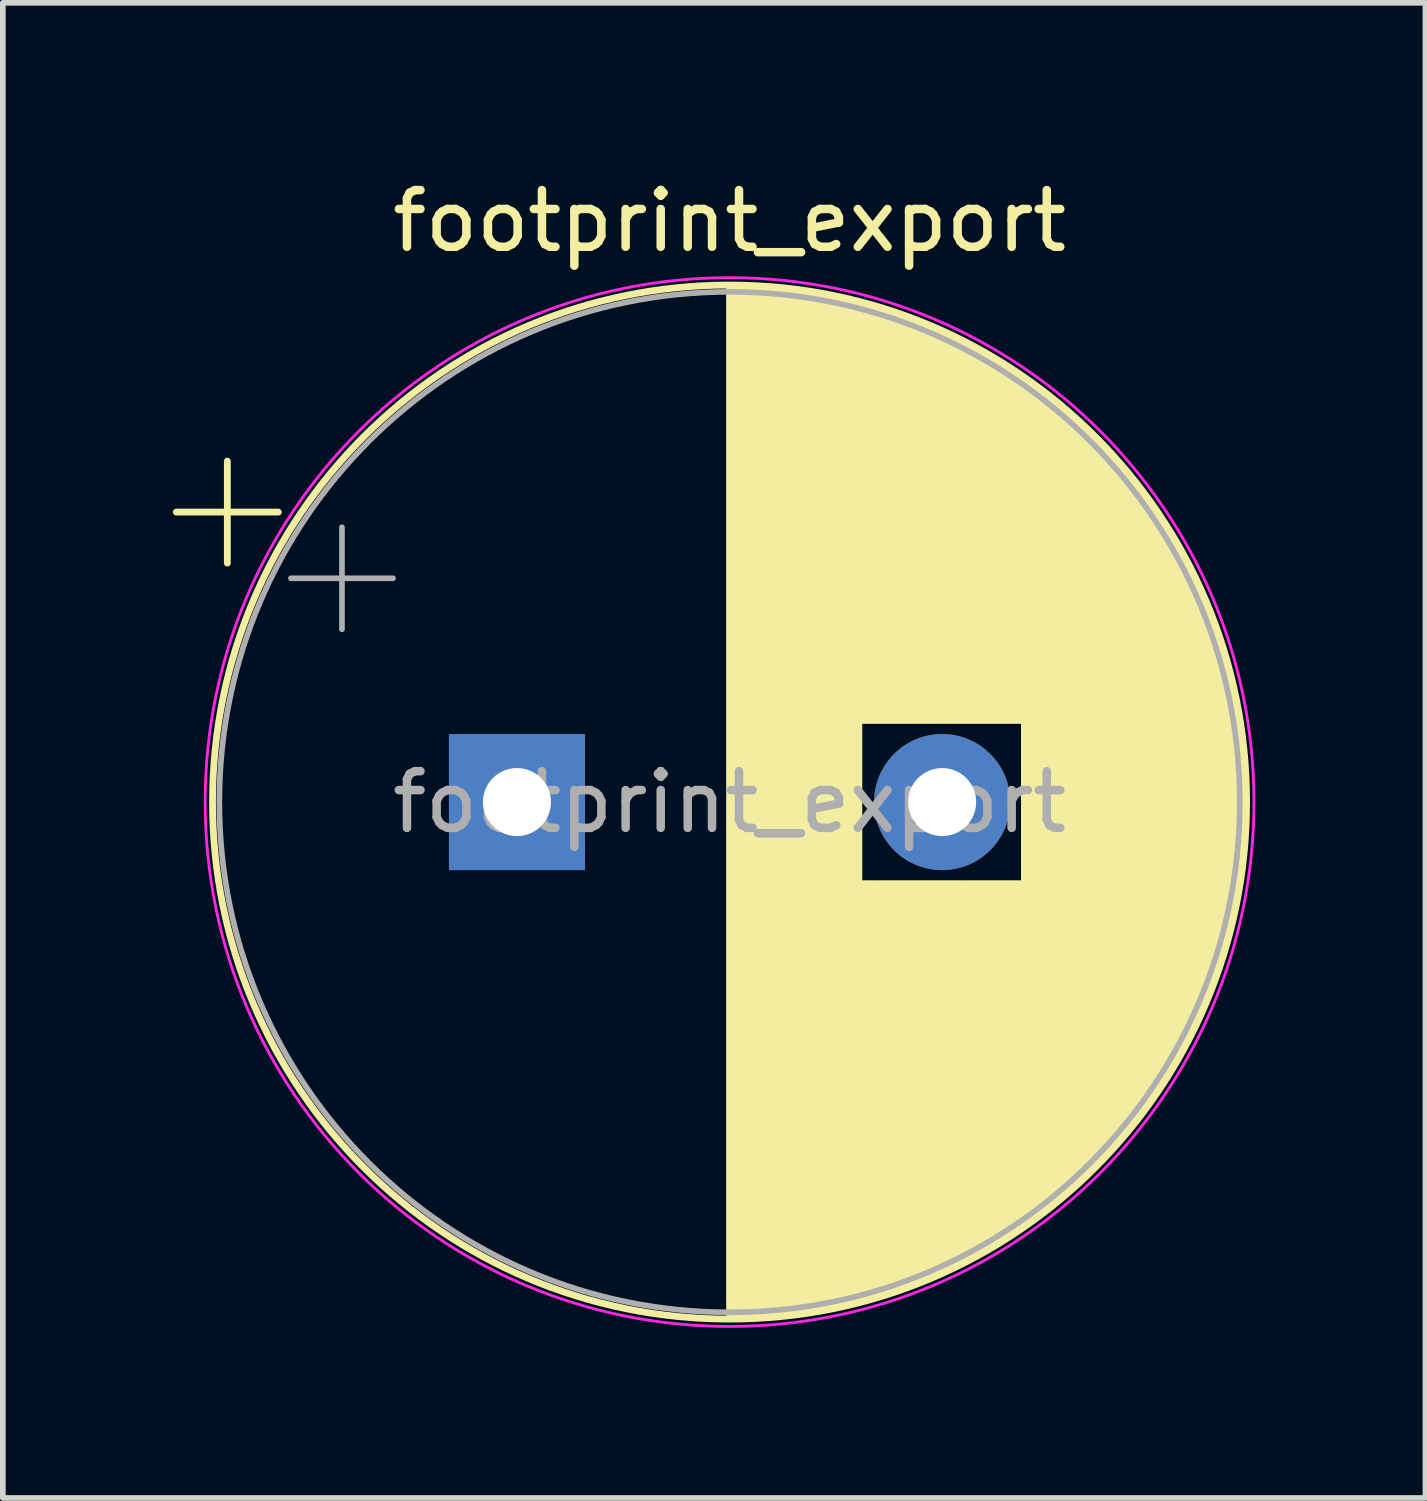
<source format=kicad_pcb>
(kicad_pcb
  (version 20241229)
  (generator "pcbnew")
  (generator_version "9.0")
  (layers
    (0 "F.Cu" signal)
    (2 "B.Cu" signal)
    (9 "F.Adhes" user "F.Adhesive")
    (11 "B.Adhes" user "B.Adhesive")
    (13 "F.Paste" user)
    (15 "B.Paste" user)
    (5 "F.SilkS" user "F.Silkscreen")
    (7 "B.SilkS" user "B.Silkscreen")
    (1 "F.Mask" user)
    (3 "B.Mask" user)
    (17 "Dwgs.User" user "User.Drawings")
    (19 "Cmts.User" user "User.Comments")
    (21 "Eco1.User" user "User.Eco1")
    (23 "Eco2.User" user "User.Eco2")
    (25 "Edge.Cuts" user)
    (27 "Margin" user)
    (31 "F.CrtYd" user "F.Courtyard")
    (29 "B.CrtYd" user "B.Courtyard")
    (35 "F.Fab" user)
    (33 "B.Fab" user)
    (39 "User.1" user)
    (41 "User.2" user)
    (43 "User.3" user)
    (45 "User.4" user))
  (footprint "footprint_export"
    (layer "F.Cu")
    (at 6.069 11.098)
    (property "Reference" "footprint_export" (at 3.75 -10.25 0) (layer "F.SilkS") (effects (font (size 1 1) (thickness 0.15))))
    (attr through_hole)
    (fp_line (start -6.009 -5.115) (end -4.209 -5.115) (stroke (width 0.12) (type solid)) (layer "F.SilkS"))
    (fp_line (start -5.109 -6.015) (end -5.109 -4.215) (stroke (width 0.12) (type solid)) (layer "F.SilkS"))
    (fp_line (start 3.75 -9.081) (end 3.75 9.081) (stroke (width 0.12) (type solid)) (layer "F.SilkS"))
    (fp_line (start 3.79 -9.08) (end 3.79 9.08) (stroke (width 0.12) (type solid)) (layer "F.SilkS"))
    (fp_line (start 3.83 -9.08) (end 3.83 9.08) (stroke (width 0.12) (type solid)) (layer "F.SilkS"))
    (fp_line (start 3.87 -9.08) (end 3.87 9.08) (stroke (width 0.12) (type solid)) (layer "F.SilkS"))
    (fp_line (start 3.91 -9.079) (end 3.91 9.079) (stroke (width 0.12) (type solid)) (layer "F.SilkS"))
    (fp_line (start 3.95 -9.078) (end 3.95 9.078) (stroke (width 0.12) (type solid)) (layer "F.SilkS"))
    (fp_line (start 3.99 -9.077) (end 3.99 9.077) (stroke (width 0.12) (type solid)) (layer "F.SilkS"))
    (fp_line (start 4.03 -9.076) (end 4.03 9.076) (stroke (width 0.12) (type solid)) (layer "F.SilkS"))
    (fp_line (start 4.07 -9.075) (end 4.07 9.075) (stroke (width 0.12) (type solid)) (layer "F.SilkS"))
    (fp_line (start 4.11 -9.073) (end 4.11 9.073) (stroke (width 0.12) (type solid)) (layer "F.SilkS"))
    (fp_line (start 4.15 -9.072) (end 4.15 9.072) (stroke (width 0.12) (type solid)) (layer "F.SilkS"))
    (fp_line (start 4.19 -9.07) (end 4.19 9.07) (stroke (width 0.12) (type solid)) (layer "F.SilkS"))
    (fp_line (start 4.23 -9.068) (end 4.23 9.068) (stroke (width 0.12) (type solid)) (layer "F.SilkS"))
    (fp_line (start 4.27 -9.066) (end 4.27 9.066) (stroke (width 0.12) (type solid)) (layer "F.SilkS"))
    (fp_line (start 4.31 -9.063) (end 4.31 9.063) (stroke (width 0.12) (type solid)) (layer "F.SilkS"))
    (fp_line (start 4.35 -9.061) (end 4.35 9.061) (stroke (width 0.12) (type solid)) (layer "F.SilkS"))
    (fp_line (start 4.39 -9.058) (end 4.39 9.058) (stroke (width 0.12) (type solid)) (layer "F.SilkS"))
    (fp_line (start 4.43 -9.055) (end 4.43 9.055) (stroke (width 0.12) (type solid)) (layer "F.SilkS"))
    (fp_line (start 4.471 -9.052) (end 4.471 9.052) (stroke (width 0.12) (type solid)) (layer "F.SilkS"))
    (fp_line (start 4.511 -9.049) (end 4.511 9.049) (stroke (width 0.12) (type solid)) (layer "F.SilkS"))
    (fp_line (start 4.551 -9.045) (end 4.551 9.045) (stroke (width 0.12) (type solid)) (layer "F.SilkS"))
    (fp_line (start 4.591 -9.042) (end 4.591 9.042) (stroke (width 0.12) (type solid)) (layer "F.SilkS"))
    (fp_line (start 4.631 -9.038) (end 4.631 9.038) (stroke (width 0.12) (type solid)) (layer "F.SilkS"))
    (fp_line (start 4.671 -9.034) (end 4.671 9.034) (stroke (width 0.12) (type solid)) (layer "F.SilkS"))
    (fp_line (start 4.711 -9.03) (end 4.711 9.03) (stroke (width 0.12) (type solid)) (layer "F.SilkS"))
    (fp_line (start 4.751 -9.026) (end 4.751 9.026) (stroke (width 0.12) (type solid)) (layer "F.SilkS"))
    (fp_line (start 4.791 -9.021) (end 4.791 9.021) (stroke (width 0.12) (type solid)) (layer "F.SilkS"))
    (fp_line (start 4.831 -9.016) (end 4.831 9.016) (stroke (width 0.12) (type solid)) (layer "F.SilkS"))
    (fp_line (start 4.871 -9.011) (end 4.871 9.011) (stroke (width 0.12) (type solid)) (layer "F.SilkS"))
    (fp_line (start 4.911 -9.006) (end 4.911 9.006) (stroke (width 0.12) (type solid)) (layer "F.SilkS"))
    (fp_line (start 4.951 -9.001) (end 4.951 9.001) (stroke (width 0.12) (type solid)) (layer "F.SilkS"))
    (fp_line (start 4.991 -8.996) (end 4.991 8.996) (stroke (width 0.12) (type solid)) (layer "F.SilkS"))
    (fp_line (start 5.031 -8.99) (end 5.031 8.99) (stroke (width 0.12) (type solid)) (layer "F.SilkS"))
    (fp_line (start 5.071 -8.984) (end 5.071 8.984) (stroke (width 0.12) (type solid)) (layer "F.SilkS"))
    (fp_line (start 5.111 -8.979) (end 5.111 8.979) (stroke (width 0.12) (type solid)) (layer "F.SilkS"))
    (fp_line (start 5.151 -8.972) (end 5.151 8.972) (stroke (width 0.12) (type solid)) (layer "F.SilkS"))
    (fp_line (start 5.191 -8.966) (end 5.191 8.966) (stroke (width 0.12) (type solid)) (layer "F.SilkS"))
    (fp_line (start 5.231 -8.96) (end 5.231 8.96) (stroke (width 0.12) (type solid)) (layer "F.SilkS"))
    (fp_line (start 5.271 -8.953) (end 5.271 8.953) (stroke (width 0.12) (type solid)) (layer "F.SilkS"))
    (fp_line (start 5.311 -8.946) (end 5.311 8.946) (stroke (width 0.12) (type solid)) (layer "F.SilkS"))
    (fp_line (start 5.351 -8.939) (end 5.351 8.939) (stroke (width 0.12) (type solid)) (layer "F.SilkS"))
    (fp_line (start 5.391 -8.932) (end 5.391 8.932) (stroke (width 0.12) (type solid)) (layer "F.SilkS"))
    (fp_line (start 5.431 -8.924) (end 5.431 8.924) (stroke (width 0.12) (type solid)) (layer "F.SilkS"))
    (fp_line (start 5.471 -8.917) (end 5.471 8.917) (stroke (width 0.12) (type solid)) (layer "F.SilkS"))
    (fp_line (start 5.511 -8.909) (end 5.511 8.909) (stroke (width 0.12) (type solid)) (layer "F.SilkS"))
    (fp_line (start 5.551 -8.901) (end 5.551 8.901) (stroke (width 0.12) (type solid)) (layer "F.SilkS"))
    (fp_line (start 5.591 -8.893) (end 5.591 8.893) (stroke (width 0.12) (type solid)) (layer "F.SilkS"))
    (fp_line (start 5.631 -8.885) (end 5.631 8.885) (stroke (width 0.12) (type solid)) (layer "F.SilkS"))
    (fp_line (start 5.671 -8.876) (end 5.671 8.876) (stroke (width 0.12) (type solid)) (layer "F.SilkS"))
    (fp_line (start 5.711 -8.867) (end 5.711 8.867) (stroke (width 0.12) (type solid)) (layer "F.SilkS"))
    (fp_line (start 5.751 -8.858) (end 5.751 8.858) (stroke (width 0.12) (type solid)) (layer "F.SilkS"))
    (fp_line (start 5.791 -8.849) (end 5.791 8.849) (stroke (width 0.12) (type solid)) (layer "F.SilkS"))
    (fp_line (start 5.831 -8.84) (end 5.831 8.84) (stroke (width 0.12) (type solid)) (layer "F.SilkS"))
    (fp_line (start 5.871 -8.831) (end 5.871 8.831) (stroke (width 0.12) (type solid)) (layer "F.SilkS"))
    (fp_line (start 5.911 -8.821) (end 5.911 8.821) (stroke (width 0.12) (type solid)) (layer "F.SilkS"))
    (fp_line (start 5.951 -8.811) (end 5.951 8.811) (stroke (width 0.12) (type solid)) (layer "F.SilkS"))
    (fp_line (start 5.991 -8.801) (end 5.991 8.801) (stroke (width 0.12) (type solid)) (layer "F.SilkS"))
    (fp_line (start 6.031 -8.791) (end 6.031 8.791) (stroke (width 0.12) (type solid)) (layer "F.SilkS"))
    (fp_line (start 6.071 -8.78) (end 6.071 -1.44) (stroke (width 0.12) (type solid)) (layer "F.SilkS"))
    (fp_line (start 6.071 1.44) (end 6.071 8.78) (stroke (width 0.12) (type solid)) (layer "F.SilkS"))
    (fp_line (start 6.111 -8.77) (end 6.111 -1.44) (stroke (width 0.12) (type solid)) (layer "F.SilkS"))
    (fp_line (start 6.111 1.44) (end 6.111 8.77) (stroke (width 0.12) (type solid)) (layer "F.SilkS"))
    (fp_line (start 6.151 -8.759) (end 6.151 -1.44) (stroke (width 0.12) (type solid)) (layer "F.SilkS"))
    (fp_line (start 6.151 1.44) (end 6.151 8.759) (stroke (width 0.12) (type solid)) (layer "F.SilkS"))
    (fp_line (start 6.191 -8.748) (end 6.191 -1.44) (stroke (width 0.12) (type solid)) (layer "F.SilkS"))
    (fp_line (start 6.191 1.44) (end 6.191 8.748) (stroke (width 0.12) (type solid)) (layer "F.SilkS"))
    (fp_line (start 6.231 -8.737) (end 6.231 -1.44) (stroke (width 0.12) (type solid)) (layer "F.SilkS"))
    (fp_line (start 6.231 1.44) (end 6.231 8.737) (stroke (width 0.12) (type solid)) (layer "F.SilkS"))
    (fp_line (start 6.271 -8.725) (end 6.271 -1.44) (stroke (width 0.12) (type solid)) (layer "F.SilkS"))
    (fp_line (start 6.271 1.44) (end 6.271 8.725) (stroke (width 0.12) (type solid)) (layer "F.SilkS"))
    (fp_line (start 6.311 -8.714) (end 6.311 -1.44) (stroke (width 0.12) (type solid)) (layer "F.SilkS"))
    (fp_line (start 6.311 1.44) (end 6.311 8.714) (stroke (width 0.12) (type solid)) (layer "F.SilkS"))
    (fp_line (start 6.351 -8.702) (end 6.351 -1.44) (stroke (width 0.12) (type solid)) (layer "F.SilkS"))
    (fp_line (start 6.351 1.44) (end 6.351 8.702) (stroke (width 0.12) (type solid)) (layer "F.SilkS"))
    (fp_line (start 6.391 -8.69) (end 6.391 -1.44) (stroke (width 0.12) (type solid)) (layer "F.SilkS"))
    (fp_line (start 6.391 1.44) (end 6.391 8.69) (stroke (width 0.12) (type solid)) (layer "F.SilkS"))
    (fp_line (start 6.431 -8.678) (end 6.431 -1.44) (stroke (width 0.12) (type solid)) (layer "F.SilkS"))
    (fp_line (start 6.431 1.44) (end 6.431 8.678) (stroke (width 0.12) (type solid)) (layer "F.SilkS"))
    (fp_line (start 6.471 -8.665) (end 6.471 -1.44) (stroke (width 0.12) (type solid)) (layer "F.SilkS"))
    (fp_line (start 6.471 1.44) (end 6.471 8.665) (stroke (width 0.12) (type solid)) (layer "F.SilkS"))
    (fp_line (start 6.511 -8.653) (end 6.511 -1.44) (stroke (width 0.12) (type solid)) (layer "F.SilkS"))
    (fp_line (start 6.511 1.44) (end 6.511 8.653) (stroke (width 0.12) (type solid)) (layer "F.SilkS"))
    (fp_line (start 6.551 -8.64) (end 6.551 -1.44) (stroke (width 0.12) (type solid)) (layer "F.SilkS"))
    (fp_line (start 6.551 1.44) (end 6.551 8.64) (stroke (width 0.12) (type solid)) (layer "F.SilkS"))
    (fp_line (start 6.591 -8.627) (end 6.591 -1.44) (stroke (width 0.12) (type solid)) (layer "F.SilkS"))
    (fp_line (start 6.591 1.44) (end 6.591 8.627) (stroke (width 0.12) (type solid)) (layer "F.SilkS"))
    (fp_line (start 6.631 -8.614) (end 6.631 -1.44) (stroke (width 0.12) (type solid)) (layer "F.SilkS"))
    (fp_line (start 6.631 1.44) (end 6.631 8.614) (stroke (width 0.12) (type solid)) (layer "F.SilkS"))
    (fp_line (start 6.671 -8.6) (end 6.671 -1.44) (stroke (width 0.12) (type solid)) (layer "F.SilkS"))
    (fp_line (start 6.671 1.44) (end 6.671 8.6) (stroke (width 0.12) (type solid)) (layer "F.SilkS"))
    (fp_line (start 6.711 -8.587) (end 6.711 -1.44) (stroke (width 0.12) (type solid)) (layer "F.SilkS"))
    (fp_line (start 6.711 1.44) (end 6.711 8.587) (stroke (width 0.12) (type solid)) (layer "F.SilkS"))
    (fp_line (start 6.751 -8.573) (end 6.751 -1.44) (stroke (width 0.12) (type solid)) (layer "F.SilkS"))
    (fp_line (start 6.751 1.44) (end 6.751 8.573) (stroke (width 0.12) (type solid)) (layer "F.SilkS"))
    (fp_line (start 6.791 -8.559) (end 6.791 -1.44) (stroke (width 0.12) (type solid)) (layer "F.SilkS"))
    (fp_line (start 6.791 1.44) (end 6.791 8.559) (stroke (width 0.12) (type solid)) (layer "F.SilkS"))
    (fp_line (start 6.831 -8.545) (end 6.831 -1.44) (stroke (width 0.12) (type solid)) (layer "F.SilkS"))
    (fp_line (start 6.831 1.44) (end 6.831 8.545) (stroke (width 0.12) (type solid)) (layer "F.SilkS"))
    (fp_line (start 6.871 -8.53) (end 6.871 -1.44) (stroke (width 0.12) (type solid)) (layer "F.SilkS"))
    (fp_line (start 6.871 1.44) (end 6.871 8.53) (stroke (width 0.12) (type solid)) (layer "F.SilkS"))
    (fp_line (start 6.911 -8.516) (end 6.911 -1.44) (stroke (width 0.12) (type solid)) (layer "F.SilkS"))
    (fp_line (start 6.911 1.44) (end 6.911 8.516) (stroke (width 0.12) (type solid)) (layer "F.SilkS"))
    (fp_line (start 6.951 -8.501) (end 6.951 -1.44) (stroke (width 0.12) (type solid)) (layer "F.SilkS"))
    (fp_line (start 6.951 1.44) (end 6.951 8.501) (stroke (width 0.12) (type solid)) (layer "F.SilkS"))
    (fp_line (start 6.991 -8.486) (end 6.991 -1.44) (stroke (width 0.12) (type solid)) (layer "F.SilkS"))
    (fp_line (start 6.991 1.44) (end 6.991 8.486) (stroke (width 0.12) (type solid)) (layer "F.SilkS"))
    (fp_line (start 7.031 -8.47) (end 7.031 -1.44) (stroke (width 0.12) (type solid)) (layer "F.SilkS"))
    (fp_line (start 7.031 1.44) (end 7.031 8.47) (stroke (width 0.12) (type solid)) (layer "F.SilkS"))
    (fp_line (start 7.071 -8.455) (end 7.071 -1.44) (stroke (width 0.12) (type solid)) (layer "F.SilkS"))
    (fp_line (start 7.071 1.44) (end 7.071 8.455) (stroke (width 0.12) (type solid)) (layer "F.SilkS"))
    (fp_line (start 7.111 -8.439) (end 7.111 -1.44) (stroke (width 0.12) (type solid)) (layer "F.SilkS"))
    (fp_line (start 7.111 1.44) (end 7.111 8.439) (stroke (width 0.12) (type solid)) (layer "F.SilkS"))
    (fp_line (start 7.151 -8.423) (end 7.151 -1.44) (stroke (width 0.12) (type solid)) (layer "F.SilkS"))
    (fp_line (start 7.151 1.44) (end 7.151 8.423) (stroke (width 0.12) (type solid)) (layer "F.SilkS"))
    (fp_line (start 7.191 -8.407) (end 7.191 -1.44) (stroke (width 0.12) (type solid)) (layer "F.SilkS"))
    (fp_line (start 7.191 1.44) (end 7.191 8.407) (stroke (width 0.12) (type solid)) (layer "F.SilkS"))
    (fp_line (start 7.231 -8.39) (end 7.231 -1.44) (stroke (width 0.12) (type solid)) (layer "F.SilkS"))
    (fp_line (start 7.231 1.44) (end 7.231 8.39) (stroke (width 0.12) (type solid)) (layer "F.SilkS"))
    (fp_line (start 7.271 -8.374) (end 7.271 -1.44) (stroke (width 0.12) (type solid)) (layer "F.SilkS"))
    (fp_line (start 7.271 1.44) (end 7.271 8.374) (stroke (width 0.12) (type solid)) (layer "F.SilkS"))
    (fp_line (start 7.311 -8.357) (end 7.311 -1.44) (stroke (width 0.12) (type solid)) (layer "F.SilkS"))
    (fp_line (start 7.311 1.44) (end 7.311 8.357) (stroke (width 0.12) (type solid)) (layer "F.SilkS"))
    (fp_line (start 7.351 -8.34) (end 7.351 -1.44) (stroke (width 0.12) (type solid)) (layer "F.SilkS"))
    (fp_line (start 7.351 1.44) (end 7.351 8.34) (stroke (width 0.12) (type solid)) (layer "F.SilkS"))
    (fp_line (start 7.391 -8.323) (end 7.391 -1.44) (stroke (width 0.12) (type solid)) (layer "F.SilkS"))
    (fp_line (start 7.391 1.44) (end 7.391 8.323) (stroke (width 0.12) (type solid)) (layer "F.SilkS"))
    (fp_line (start 7.431 -8.305) (end 7.431 -1.44) (stroke (width 0.12) (type solid)) (layer "F.SilkS"))
    (fp_line (start 7.431 1.44) (end 7.431 8.305) (stroke (width 0.12) (type solid)) (layer "F.SilkS"))
    (fp_line (start 7.471 -8.287) (end 7.471 -1.44) (stroke (width 0.12) (type solid)) (layer "F.SilkS"))
    (fp_line (start 7.471 1.44) (end 7.471 8.287) (stroke (width 0.12) (type solid)) (layer "F.SilkS"))
    (fp_line (start 7.511 -8.269) (end 7.511 -1.44) (stroke (width 0.12) (type solid)) (layer "F.SilkS"))
    (fp_line (start 7.511 1.44) (end 7.511 8.269) (stroke (width 0.12) (type solid)) (layer "F.SilkS"))
    (fp_line (start 7.551 -8.251) (end 7.551 -1.44) (stroke (width 0.12) (type solid)) (layer "F.SilkS"))
    (fp_line (start 7.551 1.44) (end 7.551 8.251) (stroke (width 0.12) (type solid)) (layer "F.SilkS"))
    (fp_line (start 7.591 -8.233) (end 7.591 -1.44) (stroke (width 0.12) (type solid)) (layer "F.SilkS"))
    (fp_line (start 7.591 1.44) (end 7.591 8.233) (stroke (width 0.12) (type solid)) (layer "F.SilkS"))
    (fp_line (start 7.631 -8.214) (end 7.631 -1.44) (stroke (width 0.12) (type solid)) (layer "F.SilkS"))
    (fp_line (start 7.631 1.44) (end 7.631 8.214) (stroke (width 0.12) (type solid)) (layer "F.SilkS"))
    (fp_line (start 7.671 -8.195) (end 7.671 -1.44) (stroke (width 0.12) (type solid)) (layer "F.SilkS"))
    (fp_line (start 7.671 1.44) (end 7.671 8.195) (stroke (width 0.12) (type solid)) (layer "F.SilkS"))
    (fp_line (start 7.711 -8.176) (end 7.711 -1.44) (stroke (width 0.12) (type solid)) (layer "F.SilkS"))
    (fp_line (start 7.711 1.44) (end 7.711 8.176) (stroke (width 0.12) (type solid)) (layer "F.SilkS"))
    (fp_line (start 7.751 -8.156) (end 7.751 -1.44) (stroke (width 0.12) (type solid)) (layer "F.SilkS"))
    (fp_line (start 7.751 1.44) (end 7.751 8.156) (stroke (width 0.12) (type solid)) (layer "F.SilkS"))
    (fp_line (start 7.791 -8.137) (end 7.791 -1.44) (stroke (width 0.12) (type solid)) (layer "F.SilkS"))
    (fp_line (start 7.791 1.44) (end 7.791 8.137) (stroke (width 0.12) (type solid)) (layer "F.SilkS"))
    (fp_line (start 7.831 -8.117) (end 7.831 -1.44) (stroke (width 0.12) (type solid)) (layer "F.SilkS"))
    (fp_line (start 7.831 1.44) (end 7.831 8.117) (stroke (width 0.12) (type solid)) (layer "F.SilkS"))
    (fp_line (start 7.871 -8.097) (end 7.871 -1.44) (stroke (width 0.12) (type solid)) (layer "F.SilkS"))
    (fp_line (start 7.871 1.44) (end 7.871 8.097) (stroke (width 0.12) (type solid)) (layer "F.SilkS"))
    (fp_line (start 7.911 -8.076) (end 7.911 -1.44) (stroke (width 0.12) (type solid)) (layer "F.SilkS"))
    (fp_line (start 7.911 1.44) (end 7.911 8.076) (stroke (width 0.12) (type solid)) (layer "F.SilkS"))
    (fp_line (start 7.951 -8.056) (end 7.951 -1.44) (stroke (width 0.12) (type solid)) (layer "F.SilkS"))
    (fp_line (start 7.951 1.44) (end 7.951 8.056) (stroke (width 0.12) (type solid)) (layer "F.SilkS"))
    (fp_line (start 7.991 -8.035) (end 7.991 -1.44) (stroke (width 0.12) (type solid)) (layer "F.SilkS"))
    (fp_line (start 7.991 1.44) (end 7.991 8.035) (stroke (width 0.12) (type solid)) (layer "F.SilkS"))
    (fp_line (start 8.031 -8.014) (end 8.031 -1.44) (stroke (width 0.12) (type solid)) (layer "F.SilkS"))
    (fp_line (start 8.031 1.44) (end 8.031 8.014) (stroke (width 0.12) (type solid)) (layer "F.SilkS"))
    (fp_line (start 8.071 -7.992) (end 8.071 -1.44) (stroke (width 0.12) (type solid)) (layer "F.SilkS"))
    (fp_line (start 8.071 1.44) (end 8.071 7.992) (stroke (width 0.12) (type solid)) (layer "F.SilkS"))
    (fp_line (start 8.111 -7.971) (end 8.111 -1.44) (stroke (width 0.12) (type solid)) (layer "F.SilkS"))
    (fp_line (start 8.111 1.44) (end 8.111 7.971) (stroke (width 0.12) (type solid)) (layer "F.SilkS"))
    (fp_line (start 8.151 -7.949) (end 8.151 -1.44) (stroke (width 0.12) (type solid)) (layer "F.SilkS"))
    (fp_line (start 8.151 1.44) (end 8.151 7.949) (stroke (width 0.12) (type solid)) (layer "F.SilkS"))
    (fp_line (start 8.191 -7.927) (end 8.191 -1.44) (stroke (width 0.12) (type solid)) (layer "F.SilkS"))
    (fp_line (start 8.191 1.44) (end 8.191 7.927) (stroke (width 0.12) (type solid)) (layer "F.SilkS"))
    (fp_line (start 8.231 -7.904) (end 8.231 -1.44) (stroke (width 0.12) (type solid)) (layer "F.SilkS"))
    (fp_line (start 8.231 1.44) (end 8.231 7.904) (stroke (width 0.12) (type solid)) (layer "F.SilkS"))
    (fp_line (start 8.271 -7.882) (end 8.271 -1.44) (stroke (width 0.12) (type solid)) (layer "F.SilkS"))
    (fp_line (start 8.271 1.44) (end 8.271 7.882) (stroke (width 0.12) (type solid)) (layer "F.SilkS"))
    (fp_line (start 8.311 -7.859) (end 8.311 -1.44) (stroke (width 0.12) (type solid)) (layer "F.SilkS"))
    (fp_line (start 8.311 1.44) (end 8.311 7.859) (stroke (width 0.12) (type solid)) (layer "F.SilkS"))
    (fp_line (start 8.351 -7.835) (end 8.351 -1.44) (stroke (width 0.12) (type solid)) (layer "F.SilkS"))
    (fp_line (start 8.351 1.44) (end 8.351 7.835) (stroke (width 0.12) (type solid)) (layer "F.SilkS"))
    (fp_line (start 8.391 -7.812) (end 8.391 -1.44) (stroke (width 0.12) (type solid)) (layer "F.SilkS"))
    (fp_line (start 8.391 1.44) (end 8.391 7.812) (stroke (width 0.12) (type solid)) (layer "F.SilkS"))
    (fp_line (start 8.431 -7.788) (end 8.431 -1.44) (stroke (width 0.12) (type solid)) (layer "F.SilkS"))
    (fp_line (start 8.431 1.44) (end 8.431 7.788) (stroke (width 0.12) (type solid)) (layer "F.SilkS"))
    (fp_line (start 8.471 -7.764) (end 8.471 -1.44) (stroke (width 0.12) (type solid)) (layer "F.SilkS"))
    (fp_line (start 8.471 1.44) (end 8.471 7.764) (stroke (width 0.12) (type solid)) (layer "F.SilkS"))
    (fp_line (start 8.511 -7.74) (end 8.511 -1.44) (stroke (width 0.12) (type solid)) (layer "F.SilkS"))
    (fp_line (start 8.511 1.44) (end 8.511 7.74) (stroke (width 0.12) (type solid)) (layer "F.SilkS"))
    (fp_line (start 8.551 -7.715) (end 8.551 -1.44) (stroke (width 0.12) (type solid)) (layer "F.SilkS"))
    (fp_line (start 8.551 1.44) (end 8.551 7.715) (stroke (width 0.12) (type solid)) (layer "F.SilkS"))
    (fp_line (start 8.591 -7.69) (end 8.591 -1.44) (stroke (width 0.12) (type solid)) (layer "F.SilkS"))
    (fp_line (start 8.591 1.44) (end 8.591 7.69) (stroke (width 0.12) (type solid)) (layer "F.SilkS"))
    (fp_line (start 8.631 -7.665) (end 8.631 -1.44) (stroke (width 0.12) (type solid)) (layer "F.SilkS"))
    (fp_line (start 8.631 1.44) (end 8.631 7.665) (stroke (width 0.12) (type solid)) (layer "F.SilkS"))
    (fp_line (start 8.671 -7.64) (end 8.671 -1.44) (stroke (width 0.12) (type solid)) (layer "F.SilkS"))
    (fp_line (start 8.671 1.44) (end 8.671 7.64) (stroke (width 0.12) (type solid)) (layer "F.SilkS"))
    (fp_line (start 8.711 -7.614) (end 8.711 -1.44) (stroke (width 0.12) (type solid)) (layer "F.SilkS"))
    (fp_line (start 8.711 1.44) (end 8.711 7.614) (stroke (width 0.12) (type solid)) (layer "F.SilkS"))
    (fp_line (start 8.751 -7.588) (end 8.751 -1.44) (stroke (width 0.12) (type solid)) (layer "F.SilkS"))
    (fp_line (start 8.751 1.44) (end 8.751 7.588) (stroke (width 0.12) (type solid)) (layer "F.SilkS"))
    (fp_line (start 8.791 -7.561) (end 8.791 -1.44) (stroke (width 0.12) (type solid)) (layer "F.SilkS"))
    (fp_line (start 8.791 1.44) (end 8.791 7.561) (stroke (width 0.12) (type solid)) (layer "F.SilkS"))
    (fp_line (start 8.831 -7.535) (end 8.831 -1.44) (stroke (width 0.12) (type solid)) (layer "F.SilkS"))
    (fp_line (start 8.831 1.44) (end 8.831 7.535) (stroke (width 0.12) (type solid)) (layer "F.SilkS"))
    (fp_line (start 8.871 -7.508) (end 8.871 -1.44) (stroke (width 0.12) (type solid)) (layer "F.SilkS"))
    (fp_line (start 8.871 1.44) (end 8.871 7.508) (stroke (width 0.12) (type solid)) (layer "F.SilkS"))
    (fp_line (start 8.911 -7.48) (end 8.911 -1.44) (stroke (width 0.12) (type solid)) (layer "F.SilkS"))
    (fp_line (start 8.911 1.44) (end 8.911 7.48) (stroke (width 0.12) (type solid)) (layer "F.SilkS"))
    (fp_line (start 8.951 -7.453) (end 8.951 7.453) (stroke (width 0.12) (type solid)) (layer "F.SilkS"))
    (fp_line (start 8.991 -7.425) (end 8.991 7.425) (stroke (width 0.12) (type solid)) (layer "F.SilkS"))
    (fp_line (start 9.031 -7.397) (end 9.031 7.397) (stroke (width 0.12) (type solid)) (layer "F.SilkS"))
    (fp_line (start 9.071 -7.368) (end 9.071 7.368) (stroke (width 0.12) (type solid)) (layer "F.SilkS"))
    (fp_line (start 9.111 -7.339) (end 9.111 7.339) (stroke (width 0.12) (type solid)) (layer "F.SilkS"))
    (fp_line (start 9.151 -7.31) (end 9.151 7.31) (stroke (width 0.12) (type solid)) (layer "F.SilkS"))
    (fp_line (start 9.191 -7.28) (end 9.191 7.28) (stroke (width 0.12) (type solid)) (layer "F.SilkS"))
    (fp_line (start 9.231 -7.25) (end 9.231 7.25) (stroke (width 0.12) (type solid)) (layer "F.SilkS"))
    (fp_line (start 9.271 -7.22) (end 9.271 7.22) (stroke (width 0.12) (type solid)) (layer "F.SilkS"))
    (fp_line (start 9.311 -7.19) (end 9.311 7.19) (stroke (width 0.12) (type solid)) (layer "F.SilkS"))
    (fp_line (start 9.351 -7.159) (end 9.351 7.159) (stroke (width 0.12) (type solid)) (layer "F.SilkS"))
    (fp_line (start 9.391 -7.127) (end 9.391 7.127) (stroke (width 0.12) (type solid)) (layer "F.SilkS"))
    (fp_line (start 9.431 -7.096) (end 9.431 7.096) (stroke (width 0.12) (type solid)) (layer "F.SilkS"))
    (fp_line (start 9.471 -7.064) (end 9.471 7.064) (stroke (width 0.12) (type solid)) (layer "F.SilkS"))
    (fp_line (start 9.511 -7.031) (end 9.511 7.031) (stroke (width 0.12) (type solid)) (layer "F.SilkS"))
    (fp_line (start 9.551 -6.999) (end 9.551 6.999) (stroke (width 0.12) (type solid)) (layer "F.SilkS"))
    (fp_line (start 9.591 -6.965) (end 9.591 6.965) (stroke (width 0.12) (type solid)) (layer "F.SilkS"))
    (fp_line (start 9.631 -6.932) (end 9.631 6.932) (stroke (width 0.12) (type solid)) (layer "F.SilkS"))
    (fp_line (start 9.671 -6.898) (end 9.671 6.898) (stroke (width 0.12) (type solid)) (layer "F.SilkS"))
    (fp_line (start 9.711 -6.864) (end 9.711 6.864) (stroke (width 0.12) (type solid)) (layer "F.SilkS"))
    (fp_line (start 9.751 -6.829) (end 9.751 6.829) (stroke (width 0.12) (type solid)) (layer "F.SilkS"))
    (fp_line (start 9.791 -6.794) (end 9.791 6.794) (stroke (width 0.12) (type solid)) (layer "F.SilkS"))
    (fp_line (start 9.831 -6.758) (end 9.831 6.758) (stroke (width 0.12) (type solid)) (layer "F.SilkS"))
    (fp_line (start 9.871 -6.722) (end 9.871 6.722) (stroke (width 0.12) (type solid)) (layer "F.SilkS"))
    (fp_line (start 9.911 -6.686) (end 9.911 6.686) (stroke (width 0.12) (type solid)) (layer "F.SilkS"))
    (fp_line (start 9.951 -6.649) (end 9.951 6.649) (stroke (width 0.12) (type solid)) (layer "F.SilkS"))
    (fp_line (start 9.991 -6.612) (end 9.991 6.612) (stroke (width 0.12) (type solid)) (layer "F.SilkS"))
    (fp_line (start 10.031 -6.574) (end 10.031 6.574) (stroke (width 0.12) (type solid)) (layer "F.SilkS"))
    (fp_line (start 10.071 -6.536) (end 10.071 6.536) (stroke (width 0.12) (type solid)) (layer "F.SilkS"))
    (fp_line (start 10.111 -6.497) (end 10.111 6.497) (stroke (width 0.12) (type solid)) (layer "F.SilkS"))
    (fp_line (start 10.151 -6.458) (end 10.151 6.458) (stroke (width 0.12) (type solid)) (layer "F.SilkS"))
    (fp_line (start 10.191 -6.418) (end 10.191 6.418) (stroke (width 0.12) (type solid)) (layer "F.SilkS"))
    (fp_line (start 10.231 -6.378) (end 10.231 6.378) (stroke (width 0.12) (type solid)) (layer "F.SilkS"))
    (fp_line (start 10.271 -6.337) (end 10.271 6.337) (stroke (width 0.12) (type solid)) (layer "F.SilkS"))
    (fp_line (start 10.311 -6.296) (end 10.311 6.296) (stroke (width 0.12) (type solid)) (layer "F.SilkS"))
    (fp_line (start 10.351 -6.254) (end 10.351 6.254) (stroke (width 0.12) (type solid)) (layer "F.SilkS"))
    (fp_line (start 10.391 -6.212) (end 10.391 6.212) (stroke (width 0.12) (type solid)) (layer "F.SilkS"))
    (fp_line (start 10.431 -6.17) (end 10.431 6.17) (stroke (width 0.12) (type solid)) (layer "F.SilkS"))
    (fp_line (start 10.471 -6.126) (end 10.471 6.126) (stroke (width 0.12) (type solid)) (layer "F.SilkS"))
    (fp_line (start 10.511 -6.082) (end 10.511 6.082) (stroke (width 0.12) (type solid)) (layer "F.SilkS"))
    (fp_line (start 10.551 -6.038) (end 10.551 6.038) (stroke (width 0.12) (type solid)) (layer "F.SilkS"))
    (fp_line (start 10.591 -5.993) (end 10.591 5.993) (stroke (width 0.12) (type solid)) (layer "F.SilkS"))
    (fp_line (start 10.631 -5.947) (end 10.631 5.947) (stroke (width 0.12) (type solid)) (layer "F.SilkS"))
    (fp_line (start 10.671 -5.901) (end 10.671 5.901) (stroke (width 0.12) (type solid)) (layer "F.SilkS"))
    (fp_line (start 10.711 -5.854) (end 10.711 5.854) (stroke (width 0.12) (type solid)) (layer "F.SilkS"))
    (fp_line (start 10.751 -5.806) (end 10.751 5.806) (stroke (width 0.12) (type solid)) (layer "F.SilkS"))
    (fp_line (start 10.791 -5.758) (end 10.791 5.758) (stroke (width 0.12) (type solid)) (layer "F.SilkS"))
    (fp_line (start 10.831 -5.709) (end 10.831 5.709) (stroke (width 0.12) (type solid)) (layer "F.SilkS"))
    (fp_line (start 10.871 -5.66) (end 10.871 5.66) (stroke (width 0.12) (type solid)) (layer "F.SilkS"))
    (fp_line (start 10.911 -5.609) (end 10.911 5.609) (stroke (width 0.12) (type solid)) (layer "F.SilkS"))
    (fp_line (start 10.951 -5.558) (end 10.951 5.558) (stroke (width 0.12) (type solid)) (layer "F.SilkS"))
    (fp_line (start 10.991 -5.506) (end 10.991 5.506) (stroke (width 0.12) (type solid)) (layer "F.SilkS"))
    (fp_line (start 11.031 -5.454) (end 11.031 5.454) (stroke (width 0.12) (type solid)) (layer "F.SilkS"))
    (fp_line (start 11.071 -5.4) (end 11.071 5.4) (stroke (width 0.12) (type solid)) (layer "F.SilkS"))
    (fp_line (start 11.111 -5.346) (end 11.111 5.346) (stroke (width 0.12) (type solid)) (layer "F.SilkS"))
    (fp_line (start 11.151 -5.291) (end 11.151 5.291) (stroke (width 0.12) (type solid)) (layer "F.SilkS"))
    (fp_line (start 11.191 -5.235) (end 11.191 5.235) (stroke (width 0.12) (type solid)) (layer "F.SilkS"))
    (fp_line (start 11.231 -5.178) (end 11.231 5.178) (stroke (width 0.12) (type solid)) (layer "F.SilkS"))
    (fp_line (start 11.271 -5.12) (end 11.271 5.12) (stroke (width 0.12) (type solid)) (layer "F.SilkS"))
    (fp_line (start 11.311 -5.062) (end 11.311 5.062) (stroke (width 0.12) (type solid)) (layer "F.SilkS"))
    (fp_line (start 11.351 -5.002) (end 11.351 5.002) (stroke (width 0.12) (type solid)) (layer "F.SilkS"))
    (fp_line (start 11.391 -4.941) (end 11.391 4.941) (stroke (width 0.12) (type solid)) (layer "F.SilkS"))
    (fp_line (start 11.431 -4.879) (end 11.431 4.879) (stroke (width 0.12) (type solid)) (layer "F.SilkS"))
    (fp_line (start 11.471 -4.816) (end 11.471 4.816) (stroke (width 0.12) (type solid)) (layer "F.SilkS"))
    (fp_line (start 11.511 -4.752) (end 11.511 4.752) (stroke (width 0.12) (type solid)) (layer "F.SilkS"))
    (fp_line (start 11.551 -4.686) (end 11.551 4.686) (stroke (width 0.12) (type solid)) (layer "F.SilkS"))
    (fp_line (start 11.591 -4.62) (end 11.591 4.62) (stroke (width 0.12) (type solid)) (layer "F.SilkS"))
    (fp_line (start 11.631 -4.552) (end 11.631 4.552) (stroke (width 0.12) (type solid)) (layer "F.SilkS"))
    (fp_line (start 11.671 -4.482) (end 11.671 4.482) (stroke (width 0.12) (type solid)) (layer "F.SilkS"))
    (fp_line (start 11.711 -4.412) (end 11.711 4.412) (stroke (width 0.12) (type solid)) (layer "F.SilkS"))
    (fp_line (start 11.751 -4.339) (end 11.751 4.339) (stroke (width 0.12) (type solid)) (layer "F.SilkS"))
    (fp_line (start 11.791 -4.265) (end 11.791 4.265) (stroke (width 0.12) (type solid)) (layer "F.SilkS"))
    (fp_line (start 11.831 -4.19) (end 11.831 4.19) (stroke (width 0.12) (type solid)) (layer "F.SilkS"))
    (fp_line (start 11.871 -4.113) (end 11.871 4.113) (stroke (width 0.12) (type solid)) (layer "F.SilkS"))
    (fp_line (start 11.911 -4.033) (end 11.911 4.033) (stroke (width 0.12) (type solid)) (layer "F.SilkS"))
    (fp_line (start 11.95 -3.952) (end 11.95 3.952) (stroke (width 0.12) (type solid)) (layer "F.SilkS"))
    (fp_line (start 11.99 -3.869) (end 11.99 3.869) (stroke (width 0.12) (type solid)) (layer "F.SilkS"))
    (fp_line (start 12.03 -3.784) (end 12.03 3.784) (stroke (width 0.12) (type solid)) (layer "F.SilkS"))
    (fp_line (start 12.07 -3.696) (end 12.07 3.696) (stroke (width 0.12) (type solid)) (layer "F.SilkS"))
    (fp_line (start 12.11 -3.605) (end 12.11 3.605) (stroke (width 0.12) (type solid)) (layer "F.SilkS"))
    (fp_line (start 12.15 -3.512) (end 12.15 3.512) (stroke (width 0.12) (type solid)) (layer "F.SilkS"))
    (fp_line (start 12.19 -3.416) (end 12.19 3.416) (stroke (width 0.12) (type solid)) (layer "F.SilkS"))
    (fp_line (start 12.23 -3.317) (end 12.23 3.317) (stroke (width 0.12) (type solid)) (layer "F.SilkS"))
    (fp_line (start 12.27 -3.214) (end 12.27 3.214) (stroke (width 0.12) (type solid)) (layer "F.SilkS"))
    (fp_line (start 12.31 -3.107) (end 12.31 3.107) (stroke (width 0.12) (type solid)) (layer "F.SilkS"))
    (fp_line (start 12.35 -2.996) (end 12.35 2.996) (stroke (width 0.12) (type solid)) (layer "F.SilkS"))
    (fp_line (start 12.39 -2.88) (end 12.39 2.88) (stroke (width 0.12) (type solid)) (layer "F.SilkS"))
    (fp_line (start 12.43 -2.759) (end 12.43 2.759) (stroke (width 0.12) (type solid)) (layer "F.SilkS"))
    (fp_line (start 12.47 -2.632) (end 12.47 2.632) (stroke (width 0.12) (type solid)) (layer "F.SilkS"))
    (fp_line (start 12.51 -2.498) (end 12.51 2.498) (stroke (width 0.12) (type solid)) (layer "F.SilkS"))
    (fp_line (start 12.55 -2.355) (end 12.55 2.355) (stroke (width 0.12) (type solid)) (layer "F.SilkS"))
    (fp_line (start 12.59 -2.203) (end 12.59 2.203) (stroke (width 0.12) (type solid)) (layer "F.SilkS"))
    (fp_line (start 12.63 -2.039) (end 12.63 2.039) (stroke (width 0.12) (type solid)) (layer "F.SilkS"))
    (fp_line (start 12.67 -1.86) (end 12.67 1.86) (stroke (width 0.12) (type solid)) (layer "F.SilkS"))
    (fp_line (start 12.71 -1.661) (end 12.71 1.661) (stroke (width 0.12) (type solid)) (layer "F.SilkS"))
    (fp_line (start 12.75 -1.435) (end 12.75 1.435) (stroke (width 0.12) (type solid)) (layer "F.SilkS"))
    (fp_line (start 12.79 -1.166) (end 12.79 1.166) (stroke (width 0.12) (type solid)) (layer "F.SilkS"))
    (fp_line (start 12.83 -0.814) (end 12.83 0.814) (stroke (width 0.12) (type solid)) (layer "F.SilkS"))
    (fp_line (start 12.87 -0.04) (end 12.87 0.04) (stroke (width 0.12) (type solid)) (layer "F.SilkS"))
    (fp_circle (center 3.75 0) (end 12.87 0) (stroke (width 0.12) (type solid)) (fill no) (layer "F.SilkS"))
    (fp_circle (center 3.75 0) (end 13 0) (stroke (width 0.05) (type solid)) (fill no) (layer "F.CrtYd"))
    (fp_line (start -3.987 -3.947) (end -2.187 -3.947) (stroke (width 0.1) (type solid)) (layer "F.Fab"))
    (fp_line (start -3.087 -4.848) (end -3.087 -3.047) (stroke (width 0.1) (type solid)) (layer "F.Fab"))
    (fp_circle (center 3.75 0) (end 12.75 0) (stroke (width 0.1) (type solid)) (fill no) (layer "F.Fab"))
    (fp_text user "${REFERENCE}" (at 3.75 0 0) (layer "F.Fab") (effects (font (size 1 1) (thickness 0.15))))
    (pad "1" thru_hole rect (at 0 0) (size 2.4 2.4) (drill 1.2) (layers "*.Cu" "*.Mask"))
    (pad "2" thru_hole circle (at 7.5 0) (size 2.4 2.4) (drill 1.2) (layers "*.Cu" "*.Mask")))
  (gr_rect
    (start -3 -3)
    (end 22.094 23.373)
    (stroke (width 0.1) (type default))
    (fill no)
    (layer "Edge.Cuts")))
</source>
